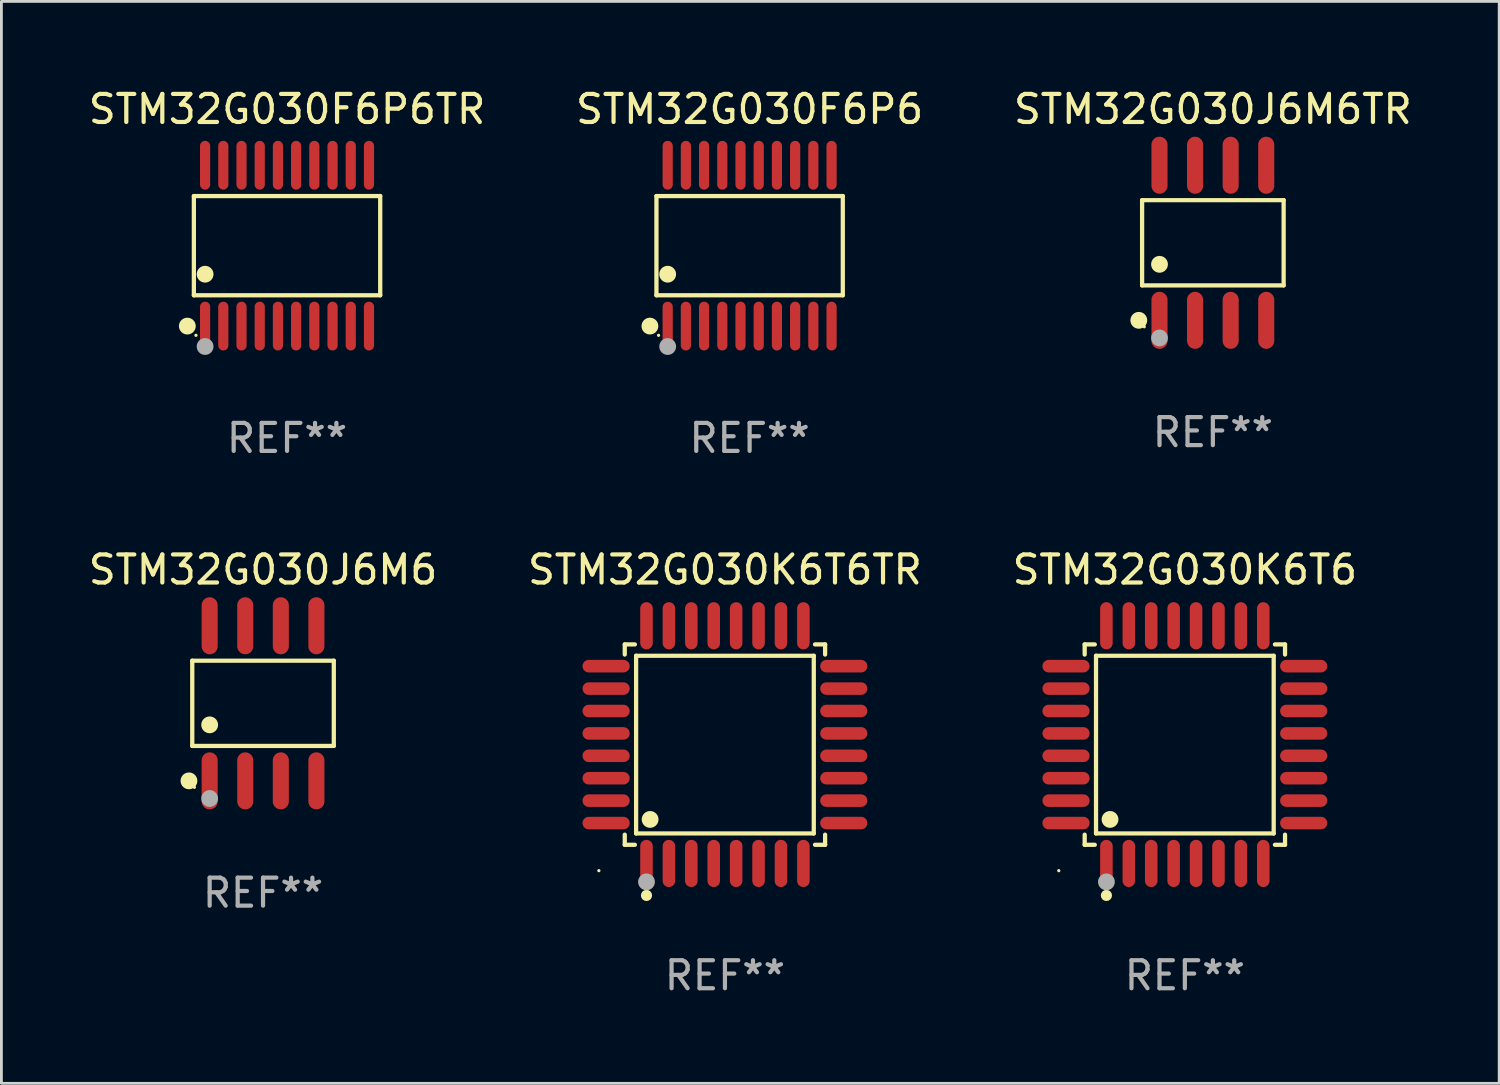
<source format=kicad_pcb>
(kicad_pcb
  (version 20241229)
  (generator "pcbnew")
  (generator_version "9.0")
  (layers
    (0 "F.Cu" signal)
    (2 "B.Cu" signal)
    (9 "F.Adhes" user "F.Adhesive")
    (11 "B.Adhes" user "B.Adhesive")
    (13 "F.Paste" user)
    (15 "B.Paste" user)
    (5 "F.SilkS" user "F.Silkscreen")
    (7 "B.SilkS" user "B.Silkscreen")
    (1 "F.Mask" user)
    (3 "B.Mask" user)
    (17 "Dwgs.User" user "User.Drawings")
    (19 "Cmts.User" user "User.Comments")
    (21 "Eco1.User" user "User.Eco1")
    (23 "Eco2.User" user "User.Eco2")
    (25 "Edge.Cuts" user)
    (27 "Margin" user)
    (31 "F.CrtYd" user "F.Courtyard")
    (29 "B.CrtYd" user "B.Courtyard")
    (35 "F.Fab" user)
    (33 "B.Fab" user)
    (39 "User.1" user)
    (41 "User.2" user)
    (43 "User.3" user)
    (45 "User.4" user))
  (footprint "STM32G030J6M6"
    (layer "F.Cu")
    (at 6.339 22.055)
    (property "Reference" "STM32G030J6M6" (at 0 -4.768 0) (layer "F.SilkS") (effects (font (size 1 1) (thickness 0.15))))
    (attr through_hole)
    (fp_line (start -2.526 -1.521) (end 2.526 -1.521) (stroke (width 0.152) (type solid)) (layer "F.SilkS"))
    (fp_line (start -2.526 1.521) (end -2.526 -1.521) (stroke (width 0.152) (type solid)) (layer "F.SilkS"))
    (fp_line (start 2.526 -1.521) (end 2.526 1.521) (stroke (width 0.152) (type solid)) (layer "F.SilkS"))
    (fp_line (start 2.526 1.521) (end -2.526 1.521) (stroke (width 0.152) (type solid)) (layer "F.SilkS"))
    (fp_circle (center -2.644 2.768) (end -2.494 2.768) (stroke (width 0.3) (type solid)) (fill no) (layer "F.SilkS"))
    (fp_circle (center -2.45 2.998) (end -2.42 2.998) (stroke (width 0.06) (type solid)) (fill no) (layer "F.SilkS"))
    (fp_circle (center -1.905 0.769) (end -1.755 0.769) (stroke (width 0.3) (type solid)) (fill no) (layer "F.SilkS"))
    (fp_circle (center -1.905 3.398) (end -1.755 3.398) (stroke (width 0.3) (type solid)) (fill no) (layer "F.Fab"))
    (fp_text user "REF**" (at 0 6.768 0) (layer "F.Fab") (effects (font (size 1 1) (thickness 0.15))))
    (pad "1" smd oval (at -1.905 2.768) (size 0.574 2.036) (layers "F.Cu" "F.Mask" "F.Paste"))
    (pad "2" smd oval (at -0.635 2.768) (size 0.574 2.036) (layers "F.Cu" "F.Mask" "F.Paste"))
    (pad "3" smd oval (at 0.635 2.768) (size 0.574 2.036) (layers "F.Cu" "F.Mask" "F.Paste"))
    (pad "4" smd oval (at 1.905 2.768) (size 0.574 2.036) (layers "F.Cu" "F.Mask" "F.Paste"))
    (pad "5" smd oval (at 1.905 -2.768) (size 0.574 2.036) (layers "F.Cu" "F.Mask" "F.Paste"))
    (pad "6" smd oval (at 0.635 -2.768) (size 0.574 2.036) (layers "F.Cu" "F.Mask" "F.Paste"))
    (pad "7" smd oval (at -0.635 -2.768) (size 0.574 2.036) (layers "F.Cu" "F.Mask" "F.Paste"))
    (pad "8" smd oval (at -1.905 -2.768) (size 0.574 2.036) (layers "F.Cu" "F.Mask" "F.Paste")))
  (footprint "STM32G030F6P6TR"
    (layer "F.Cu")
    (at 7.196 5.719)
    (property "Reference" "STM32G030F6P6TR" (at 0 -4.871 0) (layer "F.SilkS") (effects (font (size 1 1) (thickness 0.15))))
    (attr through_hole)
    (fp_line (start -3.326 -1.771) (end 3.326 -1.771) (stroke (width 0.152) (type solid)) (layer "F.SilkS"))
    (fp_line (start -3.326 1.771) (end -3.326 -1.771) (stroke (width 0.152) (type solid)) (layer "F.SilkS"))
    (fp_line (start 3.326 -1.771) (end 3.326 1.771) (stroke (width 0.152) (type solid)) (layer "F.SilkS"))
    (fp_line (start 3.326 1.771) (end -3.326 1.771) (stroke (width 0.152) (type solid)) (layer "F.SilkS"))
    (fp_circle (center -3.559 2.871) (end -3.409 2.871) (stroke (width 0.3) (type solid)) (fill no) (layer "F.SilkS"))
    (fp_circle (center -3.25 3.2) (end -3.22 3.2) (stroke (width 0.06) (type solid)) (fill no) (layer "F.SilkS"))
    (fp_circle (center -2.925 1.019) (end -2.775 1.019) (stroke (width 0.3) (type solid)) (fill no) (layer "F.SilkS"))
    (fp_circle (center -2.925 3.6) (end -2.775 3.6) (stroke (width 0.3) (type solid)) (fill no) (layer "F.Fab"))
    (fp_text user "REF**" (at 0 6.871 0) (layer "F.Fab") (effects (font (size 1 1) (thickness 0.15))))
    (pad "1" smd oval (at -2.925 2.871) (size 0.364 1.742) (layers "F.Cu" "F.Mask" "F.Paste"))
    (pad "2" smd oval (at -2.275 2.871) (size 0.364 1.742) (layers "F.Cu" "F.Mask" "F.Paste"))
    (pad "3" smd oval (at -1.625 2.871) (size 0.364 1.742) (layers "F.Cu" "F.Mask" "F.Paste"))
    (pad "4" smd oval (at -0.975 2.871) (size 0.364 1.742) (layers "F.Cu" "F.Mask" "F.Paste"))
    (pad "5" smd oval (at -0.325 2.871) (size 0.364 1.742) (layers "F.Cu" "F.Mask" "F.Paste"))
    (pad "6" smd oval (at 0.325 2.871) (size 0.364 1.742) (layers "F.Cu" "F.Mask" "F.Paste"))
    (pad "7" smd oval (at 0.975 2.871) (size 0.364 1.742) (layers "F.Cu" "F.Mask" "F.Paste"))
    (pad "8" smd oval (at 1.625 2.871) (size 0.364 1.742) (layers "F.Cu" "F.Mask" "F.Paste"))
    (pad "9" smd oval (at 2.275 2.871) (size 0.364 1.742) (layers "F.Cu" "F.Mask" "F.Paste"))
    (pad "10" smd oval (at 2.925 2.871) (size 0.364 1.742) (layers "F.Cu" "F.Mask" "F.Paste"))
    (pad "11" smd oval (at 2.925 -2.871) (size 0.364 1.742) (layers "F.Cu" "F.Mask" "F.Paste"))
    (pad "12" smd oval (at 2.275 -2.871) (size 0.364 1.742) (layers "F.Cu" "F.Mask" "F.Paste"))
    (pad "13" smd oval (at 1.625 -2.871) (size 0.364 1.742) (layers "F.Cu" "F.Mask" "F.Paste"))
    (pad "14" smd oval (at 0.975 -2.871) (size 0.364 1.742) (layers "F.Cu" "F.Mask" "F.Paste"))
    (pad "15" smd oval (at 0.325 -2.871) (size 0.364 1.742) (layers "F.Cu" "F.Mask" "F.Paste"))
    (pad "16" smd oval (at -0.325 -2.871) (size 0.364 1.742) (layers "F.Cu" "F.Mask" "F.Paste"))
    (pad "17" smd oval (at -0.975 -2.871) (size 0.364 1.742) (layers "F.Cu" "F.Mask" "F.Paste"))
    (pad "18" smd oval (at -1.625 -2.871) (size 0.364 1.742) (layers "F.Cu" "F.Mask" "F.Paste"))
    (pad "19" smd oval (at -2.275 -2.871) (size 0.364 1.742) (layers "F.Cu" "F.Mask" "F.Paste"))
    (pad "20" smd oval (at -2.925 -2.871) (size 0.364 1.742) (layers "F.Cu" "F.Mask" "F.Paste")))
  (footprint "STM32G030K6T6TR"
    (layer "F.Cu")
    (at 22.827 23.529)
    (property "Reference" "STM32G030K6T6TR" (at 0 -6.242 0) (layer "F.SilkS") (effects (font (size 1 1) (thickness 0.15))))
    (attr through_hole)
    (fp_line (start -3.576 -3.576) (end -3.215 -3.576) (stroke (width 0.152) (type solid)) (layer "F.SilkS"))
    (fp_line (start -3.576 -3.215) (end -3.576 -3.576) (stroke (width 0.152) (type solid)) (layer "F.SilkS"))
    (fp_line (start -3.576 3.215) (end -3.576 3.576) (stroke (width 0.152) (type solid)) (layer "F.SilkS"))
    (fp_line (start -3.576 3.576) (end -3.215 3.576) (stroke (width 0.152) (type solid)) (layer "F.SilkS"))
    (fp_line (start -3.171 -3.171) (end 3.171 -3.171) (stroke (width 0.152) (type solid)) (layer "F.SilkS"))
    (fp_line (start -3.171 3.171) (end -3.171 -3.171) (stroke (width 0.152) (type solid)) (layer "F.SilkS"))
    (fp_line (start 3.171 -3.171) (end 3.171 3.171) (stroke (width 0.152) (type solid)) (layer "F.SilkS"))
    (fp_line (start 3.171 3.171) (end -3.171 3.171) (stroke (width 0.152) (type solid)) (layer "F.SilkS"))
    (fp_line (start 3.576 -3.576) (end 3.215 -3.576) (stroke (width 0.152) (type solid)) (layer "F.SilkS"))
    (fp_line (start 3.576 -3.215) (end 3.576 -3.576) (stroke (width 0.152) (type solid)) (layer "F.SilkS"))
    (fp_line (start 3.576 3.215) (end 3.576 3.576) (stroke (width 0.152) (type solid)) (layer "F.SilkS"))
    (fp_line (start 3.576 3.576) (end 3.215 3.576) (stroke (width 0.152) (type solid)) (layer "F.SilkS"))
    (fp_circle (center -4.5 4.5) (end -4.47 4.5) (stroke (width 0.06) (type solid)) (fill no) (layer "F.SilkS"))
    (fp_circle (center -2.8 5.384) (end -2.7 5.384) (stroke (width 0.2) (type solid)) (fill no) (layer "F.SilkS"))
    (fp_circle (center -2.671 2.671) (end -2.521 2.671) (stroke (width 0.3) (type solid)) (fill no) (layer "F.SilkS"))
    (fp_circle (center -2.8 4.9) (end -2.65 4.9) (stroke (width 0.3) (type solid)) (fill no) (layer "F.Fab"))
    (fp_text user "REF**" (at 0 8.242 0) (layer "F.Fab") (effects (font (size 1 1) (thickness 0.15))))
    (pad "1" smd oval (at -2.8 4.242) (size 0.448 1.684) (layers "F.Cu" "F.Mask" "F.Paste"))
    (pad "2" smd oval (at -2 4.242) (size 0.448 1.684) (layers "F.Cu" "F.Mask" "F.Paste"))
    (pad "3" smd oval (at -1.2 4.242) (size 0.448 1.684) (layers "F.Cu" "F.Mask" "F.Paste"))
    (pad "4" smd oval (at -0.4 4.242) (size 0.448 1.684) (layers "F.Cu" "F.Mask" "F.Paste"))
    (pad "5" smd oval (at 0.4 4.242) (size 0.448 1.684) (layers "F.Cu" "F.Mask" "F.Paste"))
    (pad "6" smd oval (at 1.2 4.242) (size 0.448 1.684) (layers "F.Cu" "F.Mask" "F.Paste"))
    (pad "7" smd oval (at 2 4.242) (size 0.448 1.684) (layers "F.Cu" "F.Mask" "F.Paste"))
    (pad "8" smd oval (at 2.8 4.242) (size 0.448 1.684) (layers "F.Cu" "F.Mask" "F.Paste"))
    (pad "9" smd oval (at 4.242 2.8) (size 1.684 0.448) (layers "F.Cu" "F.Mask" "F.Paste"))
    (pad "10" smd oval (at 4.242 2) (size 1.684 0.448) (layers "F.Cu" "F.Mask" "F.Paste"))
    (pad "11" smd oval (at 4.242 1.2) (size 1.684 0.448) (layers "F.Cu" "F.Mask" "F.Paste"))
    (pad "12" smd oval (at 4.242 0.4) (size 1.684 0.448) (layers "F.Cu" "F.Mask" "F.Paste"))
    (pad "13" smd oval (at 4.242 -0.4) (size 1.684 0.448) (layers "F.Cu" "F.Mask" "F.Paste"))
    (pad "14" smd oval (at 4.242 -1.2) (size 1.684 0.448) (layers "F.Cu" "F.Mask" "F.Paste"))
    (pad "15" smd oval (at 4.242 -2) (size 1.684 0.448) (layers "F.Cu" "F.Mask" "F.Paste"))
    (pad "16" smd oval (at 4.242 -2.8) (size 1.684 0.448) (layers "F.Cu" "F.Mask" "F.Paste"))
    (pad "17" smd oval (at 2.8 -4.242) (size 0.448 1.684) (layers "F.Cu" "F.Mask" "F.Paste"))
    (pad "18" smd oval (at 2 -4.242) (size 0.448 1.684) (layers "F.Cu" "F.Mask" "F.Paste"))
    (pad "19" smd oval (at 1.2 -4.242) (size 0.448 1.684) (layers "F.Cu" "F.Mask" "F.Paste"))
    (pad "20" smd oval (at 0.4 -4.242) (size 0.448 1.684) (layers "F.Cu" "F.Mask" "F.Paste"))
    (pad "21" smd oval (at -0.4 -4.242) (size 0.448 1.684) (layers "F.Cu" "F.Mask" "F.Paste"))
    (pad "22" smd oval (at -1.2 -4.242) (size 0.448 1.684) (layers "F.Cu" "F.Mask" "F.Paste"))
    (pad "23" smd oval (at -2 -4.242) (size 0.448 1.684) (layers "F.Cu" "F.Mask" "F.Paste"))
    (pad "24" smd oval (at -2.8 -4.242) (size 0.448 1.684) (layers "F.Cu" "F.Mask" "F.Paste"))
    (pad "25" smd oval (at -4.242 -2.8) (size 1.684 0.448) (layers "F.Cu" "F.Mask" "F.Paste"))
    (pad "26" smd oval (at -4.242 -2) (size 1.684 0.448) (layers "F.Cu" "F.Mask" "F.Paste"))
    (pad "27" smd oval (at -4.242 -1.2) (size 1.684 0.448) (layers "F.Cu" "F.Mask" "F.Paste"))
    (pad "28" smd oval (at -4.242 -0.4) (size 1.684 0.448) (layers "F.Cu" "F.Mask" "F.Paste"))
    (pad "29" smd oval (at -4.242 0.4) (size 1.684 0.448) (layers "F.Cu" "F.Mask" "F.Paste"))
    (pad "30" smd oval (at -4.242 1.2) (size 1.684 0.448) (layers "F.Cu" "F.Mask" "F.Paste"))
    (pad "31" smd oval (at -4.242 2) (size 1.684 0.448) (layers "F.Cu" "F.Mask" "F.Paste"))
    (pad "32" smd oval (at -4.242 2.8) (size 1.684 0.448) (layers "F.Cu" "F.Mask" "F.Paste")))
  (footprint "STM32G030F6P6"
    (layer "F.Cu")
    (at 23.708 5.719)
    (property "Reference" "STM32G030F6P6" (at 0 -4.871 0) (layer "F.SilkS") (effects (font (size 1 1) (thickness 0.15))))
    (attr through_hole)
    (fp_line (start -3.326 -1.771) (end 3.326 -1.771) (stroke (width 0.152) (type solid)) (layer "F.SilkS"))
    (fp_line (start -3.326 1.771) (end -3.326 -1.771) (stroke (width 0.152) (type solid)) (layer "F.SilkS"))
    (fp_line (start 3.326 -1.771) (end 3.326 1.771) (stroke (width 0.152) (type solid)) (layer "F.SilkS"))
    (fp_line (start 3.326 1.771) (end -3.326 1.771) (stroke (width 0.152) (type solid)) (layer "F.SilkS"))
    (fp_circle (center -3.559 2.871) (end -3.409 2.871) (stroke (width 0.3) (type solid)) (fill no) (layer "F.SilkS"))
    (fp_circle (center -3.25 3.2) (end -3.22 3.2) (stroke (width 0.06) (type solid)) (fill no) (layer "F.SilkS"))
    (fp_circle (center -2.925 1.019) (end -2.775 1.019) (stroke (width 0.3) (type solid)) (fill no) (layer "F.SilkS"))
    (fp_circle (center -2.925 3.6) (end -2.775 3.6) (stroke (width 0.3) (type solid)) (fill no) (layer "F.Fab"))
    (fp_text user "REF**" (at 0 6.871 0) (layer "F.Fab") (effects (font (size 1 1) (thickness 0.15))))
    (pad "1" smd oval (at -2.925 2.871) (size 0.364 1.742) (layers "F.Cu" "F.Mask" "F.Paste"))
    (pad "2" smd oval (at -2.275 2.871) (size 0.364 1.742) (layers "F.Cu" "F.Mask" "F.Paste"))
    (pad "3" smd oval (at -1.625 2.871) (size 0.364 1.742) (layers "F.Cu" "F.Mask" "F.Paste"))
    (pad "4" smd oval (at -0.975 2.871) (size 0.364 1.742) (layers "F.Cu" "F.Mask" "F.Paste"))
    (pad "5" smd oval (at -0.325 2.871) (size 0.364 1.742) (layers "F.Cu" "F.Mask" "F.Paste"))
    (pad "6" smd oval (at 0.325 2.871) (size 0.364 1.742) (layers "F.Cu" "F.Mask" "F.Paste"))
    (pad "7" smd oval (at 0.975 2.871) (size 0.364 1.742) (layers "F.Cu" "F.Mask" "F.Paste"))
    (pad "8" smd oval (at 1.625 2.871) (size 0.364 1.742) (layers "F.Cu" "F.Mask" "F.Paste"))
    (pad "9" smd oval (at 2.275 2.871) (size 0.364 1.742) (layers "F.Cu" "F.Mask" "F.Paste"))
    (pad "10" smd oval (at 2.925 2.871) (size 0.364 1.742) (layers "F.Cu" "F.Mask" "F.Paste"))
    (pad "11" smd oval (at 2.925 -2.871) (size 0.364 1.742) (layers "F.Cu" "F.Mask" "F.Paste"))
    (pad "12" smd oval (at 2.275 -2.871) (size 0.364 1.742) (layers "F.Cu" "F.Mask" "F.Paste"))
    (pad "13" smd oval (at 1.625 -2.871) (size 0.364 1.742) (layers "F.Cu" "F.Mask" "F.Paste"))
    (pad "14" smd oval (at 0.975 -2.871) (size 0.364 1.742) (layers "F.Cu" "F.Mask" "F.Paste"))
    (pad "15" smd oval (at 0.325 -2.871) (size 0.364 1.742) (layers "F.Cu" "F.Mask" "F.Paste"))
    (pad "16" smd oval (at -0.325 -2.871) (size 0.364 1.742) (layers "F.Cu" "F.Mask" "F.Paste"))
    (pad "17" smd oval (at -0.975 -2.871) (size 0.364 1.742) (layers "F.Cu" "F.Mask" "F.Paste"))
    (pad "18" smd oval (at -1.625 -2.871) (size 0.364 1.742) (layers "F.Cu" "F.Mask" "F.Paste"))
    (pad "19" smd oval (at -2.275 -2.871) (size 0.364 1.742) (layers "F.Cu" "F.Mask" "F.Paste"))
    (pad "20" smd oval (at -2.925 -2.871) (size 0.364 1.742) (layers "F.Cu" "F.Mask" "F.Paste")))
  (footprint "STM32G030J6M6TR"
    (layer "F.Cu")
    (at 40.244 5.616)
    (property "Reference" "STM32G030J6M6TR" (at 0 -4.768 0) (layer "F.SilkS") (effects (font (size 1 1) (thickness 0.15))))
    (attr through_hole)
    (fp_line (start -2.526 -1.521) (end 2.526 -1.521) (stroke (width 0.152) (type solid)) (layer "F.SilkS"))
    (fp_line (start -2.526 1.521) (end -2.526 -1.521) (stroke (width 0.152) (type solid)) (layer "F.SilkS"))
    (fp_line (start 2.526 -1.521) (end 2.526 1.521) (stroke (width 0.152) (type solid)) (layer "F.SilkS"))
    (fp_line (start 2.526 1.521) (end -2.526 1.521) (stroke (width 0.152) (type solid)) (layer "F.SilkS"))
    (fp_circle (center -2.644 2.768) (end -2.494 2.768) (stroke (width 0.3) (type solid)) (fill no) (layer "F.SilkS"))
    (fp_circle (center -2.45 2.998) (end -2.42 2.998) (stroke (width 0.06) (type solid)) (fill no) (layer "F.SilkS"))
    (fp_circle (center -1.905 0.769) (end -1.755 0.769) (stroke (width 0.3) (type solid)) (fill no) (layer "F.SilkS"))
    (fp_circle (center -1.905 3.398) (end -1.755 3.398) (stroke (width 0.3) (type solid)) (fill no) (layer "F.Fab"))
    (fp_text user "REF**" (at 0 6.768 0) (layer "F.Fab") (effects (font (size 1 1) (thickness 0.15))))
    (pad "1" smd oval (at -1.905 2.768) (size 0.574 2.036) (layers "F.Cu" "F.Mask" "F.Paste"))
    (pad "2" smd oval (at -0.635 2.768) (size 0.574 2.036) (layers "F.Cu" "F.Mask" "F.Paste"))
    (pad "3" smd oval (at 0.635 2.768) (size 0.574 2.036) (layers "F.Cu" "F.Mask" "F.Paste"))
    (pad "4" smd oval (at 1.905 2.768) (size 0.574 2.036) (layers "F.Cu" "F.Mask" "F.Paste"))
    (pad "5" smd oval (at 1.905 -2.768) (size 0.574 2.036) (layers "F.Cu" "F.Mask" "F.Paste"))
    (pad "6" smd oval (at 0.635 -2.768) (size 0.574 2.036) (layers "F.Cu" "F.Mask" "F.Paste"))
    (pad "7" smd oval (at -0.635 -2.768) (size 0.574 2.036) (layers "F.Cu" "F.Mask" "F.Paste"))
    (pad "8" smd oval (at -1.905 -2.768) (size 0.574 2.036) (layers "F.Cu" "F.Mask" "F.Paste")))
  (footprint "STM32G030K6T6"
    (layer "F.Cu")
    (at 39.244 23.529)
    (property "Reference" "STM32G030K6T6" (at 0 -6.242 0) (layer "F.SilkS") (effects (font (size 1 1) (thickness 0.15))))
    (attr through_hole)
    (fp_line (start -3.576 -3.576) (end -3.215 -3.576) (stroke (width 0.152) (type solid)) (layer "F.SilkS"))
    (fp_line (start -3.576 -3.215) (end -3.576 -3.576) (stroke (width 0.152) (type solid)) (layer "F.SilkS"))
    (fp_line (start -3.576 3.215) (end -3.576 3.576) (stroke (width 0.152) (type solid)) (layer "F.SilkS"))
    (fp_line (start -3.576 3.576) (end -3.215 3.576) (stroke (width 0.152) (type solid)) (layer "F.SilkS"))
    (fp_line (start -3.171 -3.171) (end 3.171 -3.171) (stroke (width 0.152) (type solid)) (layer "F.SilkS"))
    (fp_line (start -3.171 3.171) (end -3.171 -3.171) (stroke (width 0.152) (type solid)) (layer "F.SilkS"))
    (fp_line (start 3.171 -3.171) (end 3.171 3.171) (stroke (width 0.152) (type solid)) (layer "F.SilkS"))
    (fp_line (start 3.171 3.171) (end -3.171 3.171) (stroke (width 0.152) (type solid)) (layer "F.SilkS"))
    (fp_line (start 3.576 -3.576) (end 3.215 -3.576) (stroke (width 0.152) (type solid)) (layer "F.SilkS"))
    (fp_line (start 3.576 -3.215) (end 3.576 -3.576) (stroke (width 0.152) (type solid)) (layer "F.SilkS"))
    (fp_line (start 3.576 3.215) (end 3.576 3.576) (stroke (width 0.152) (type solid)) (layer "F.SilkS"))
    (fp_line (start 3.576 3.576) (end 3.215 3.576) (stroke (width 0.152) (type solid)) (layer "F.SilkS"))
    (fp_circle (center -4.5 4.5) (end -4.47 4.5) (stroke (width 0.06) (type solid)) (fill no) (layer "F.SilkS"))
    (fp_circle (center -2.8 5.384) (end -2.7 5.384) (stroke (width 0.2) (type solid)) (fill no) (layer "F.SilkS"))
    (fp_circle (center -2.671 2.671) (end -2.521 2.671) (stroke (width 0.3) (type solid)) (fill no) (layer "F.SilkS"))
    (fp_circle (center -2.8 4.9) (end -2.65 4.9) (stroke (width 0.3) (type solid)) (fill no) (layer "F.Fab"))
    (fp_text user "REF**" (at 0 8.242 0) (layer "F.Fab") (effects (font (size 1 1) (thickness 0.15))))
    (pad "1" smd oval (at -2.8 4.242) (size 0.448 1.684) (layers "F.Cu" "F.Mask" "F.Paste"))
    (pad "2" smd oval (at -2 4.242) (size 0.448 1.684) (layers "F.Cu" "F.Mask" "F.Paste"))
    (pad "3" smd oval (at -1.2 4.242) (size 0.448 1.684) (layers "F.Cu" "F.Mask" "F.Paste"))
    (pad "4" smd oval (at -0.4 4.242) (size 0.448 1.684) (layers "F.Cu" "F.Mask" "F.Paste"))
    (pad "5" smd oval (at 0.4 4.242) (size 0.448 1.684) (layers "F.Cu" "F.Mask" "F.Paste"))
    (pad "6" smd oval (at 1.2 4.242) (size 0.448 1.684) (layers "F.Cu" "F.Mask" "F.Paste"))
    (pad "7" smd oval (at 2 4.242) (size 0.448 1.684) (layers "F.Cu" "F.Mask" "F.Paste"))
    (pad "8" smd oval (at 2.8 4.242) (size 0.448 1.684) (layers "F.Cu" "F.Mask" "F.Paste"))
    (pad "9" smd oval (at 4.242 2.8) (size 1.684 0.448) (layers "F.Cu" "F.Mask" "F.Paste"))
    (pad "10" smd oval (at 4.242 2) (size 1.684 0.448) (layers "F.Cu" "F.Mask" "F.Paste"))
    (pad "11" smd oval (at 4.242 1.2) (size 1.684 0.448) (layers "F.Cu" "F.Mask" "F.Paste"))
    (pad "12" smd oval (at 4.242 0.4) (size 1.684 0.448) (layers "F.Cu" "F.Mask" "F.Paste"))
    (pad "13" smd oval (at 4.242 -0.4) (size 1.684 0.448) (layers "F.Cu" "F.Mask" "F.Paste"))
    (pad "14" smd oval (at 4.242 -1.2) (size 1.684 0.448) (layers "F.Cu" "F.Mask" "F.Paste"))
    (pad "15" smd oval (at 4.242 -2) (size 1.684 0.448) (layers "F.Cu" "F.Mask" "F.Paste"))
    (pad "16" smd oval (at 4.242 -2.8) (size 1.684 0.448) (layers "F.Cu" "F.Mask" "F.Paste"))
    (pad "17" smd oval (at 2.8 -4.242) (size 0.448 1.684) (layers "F.Cu" "F.Mask" "F.Paste"))
    (pad "18" smd oval (at 2 -4.242) (size 0.448 1.684) (layers "F.Cu" "F.Mask" "F.Paste"))
    (pad "19" smd oval (at 1.2 -4.242) (size 0.448 1.684) (layers "F.Cu" "F.Mask" "F.Paste"))
    (pad "20" smd oval (at 0.4 -4.242) (size 0.448 1.684) (layers "F.Cu" "F.Mask" "F.Paste"))
    (pad "21" smd oval (at -0.4 -4.242) (size 0.448 1.684) (layers "F.Cu" "F.Mask" "F.Paste"))
    (pad "22" smd oval (at -1.2 -4.242) (size 0.448 1.684) (layers "F.Cu" "F.Mask" "F.Paste"))
    (pad "23" smd oval (at -2 -4.242) (size 0.448 1.684) (layers "F.Cu" "F.Mask" "F.Paste"))
    (pad "24" smd oval (at -2.8 -4.242) (size 0.448 1.684) (layers "F.Cu" "F.Mask" "F.Paste"))
    (pad "25" smd oval (at -4.242 -2.8) (size 1.684 0.448) (layers "F.Cu" "F.Mask" "F.Paste"))
    (pad "26" smd oval (at -4.242 -2) (size 1.684 0.448) (layers "F.Cu" "F.Mask" "F.Paste"))
    (pad "27" smd oval (at -4.242 -1.2) (size 1.684 0.448) (layers "F.Cu" "F.Mask" "F.Paste"))
    (pad "28" smd oval (at -4.242 -0.4) (size 1.684 0.448) (layers "F.Cu" "F.Mask" "F.Paste"))
    (pad "29" smd oval (at -4.242 0.4) (size 1.684 0.448) (layers "F.Cu" "F.Mask" "F.Paste"))
    (pad "30" smd oval (at -4.242 1.2) (size 1.684 0.448) (layers "F.Cu" "F.Mask" "F.Paste"))
    (pad "31" smd oval (at -4.242 2) (size 1.684 0.448) (layers "F.Cu" "F.Mask" "F.Paste"))
    (pad "32" smd oval (at -4.242 2.8) (size 1.684 0.448) (layers "F.Cu" "F.Mask" "F.Paste")))
  (gr_rect
    (start -3 -3)
    (end 50.464 35.619)
    (stroke (width 0.1) (type default))
    (fill no)
    (layer "Edge.Cuts")))
</source>
